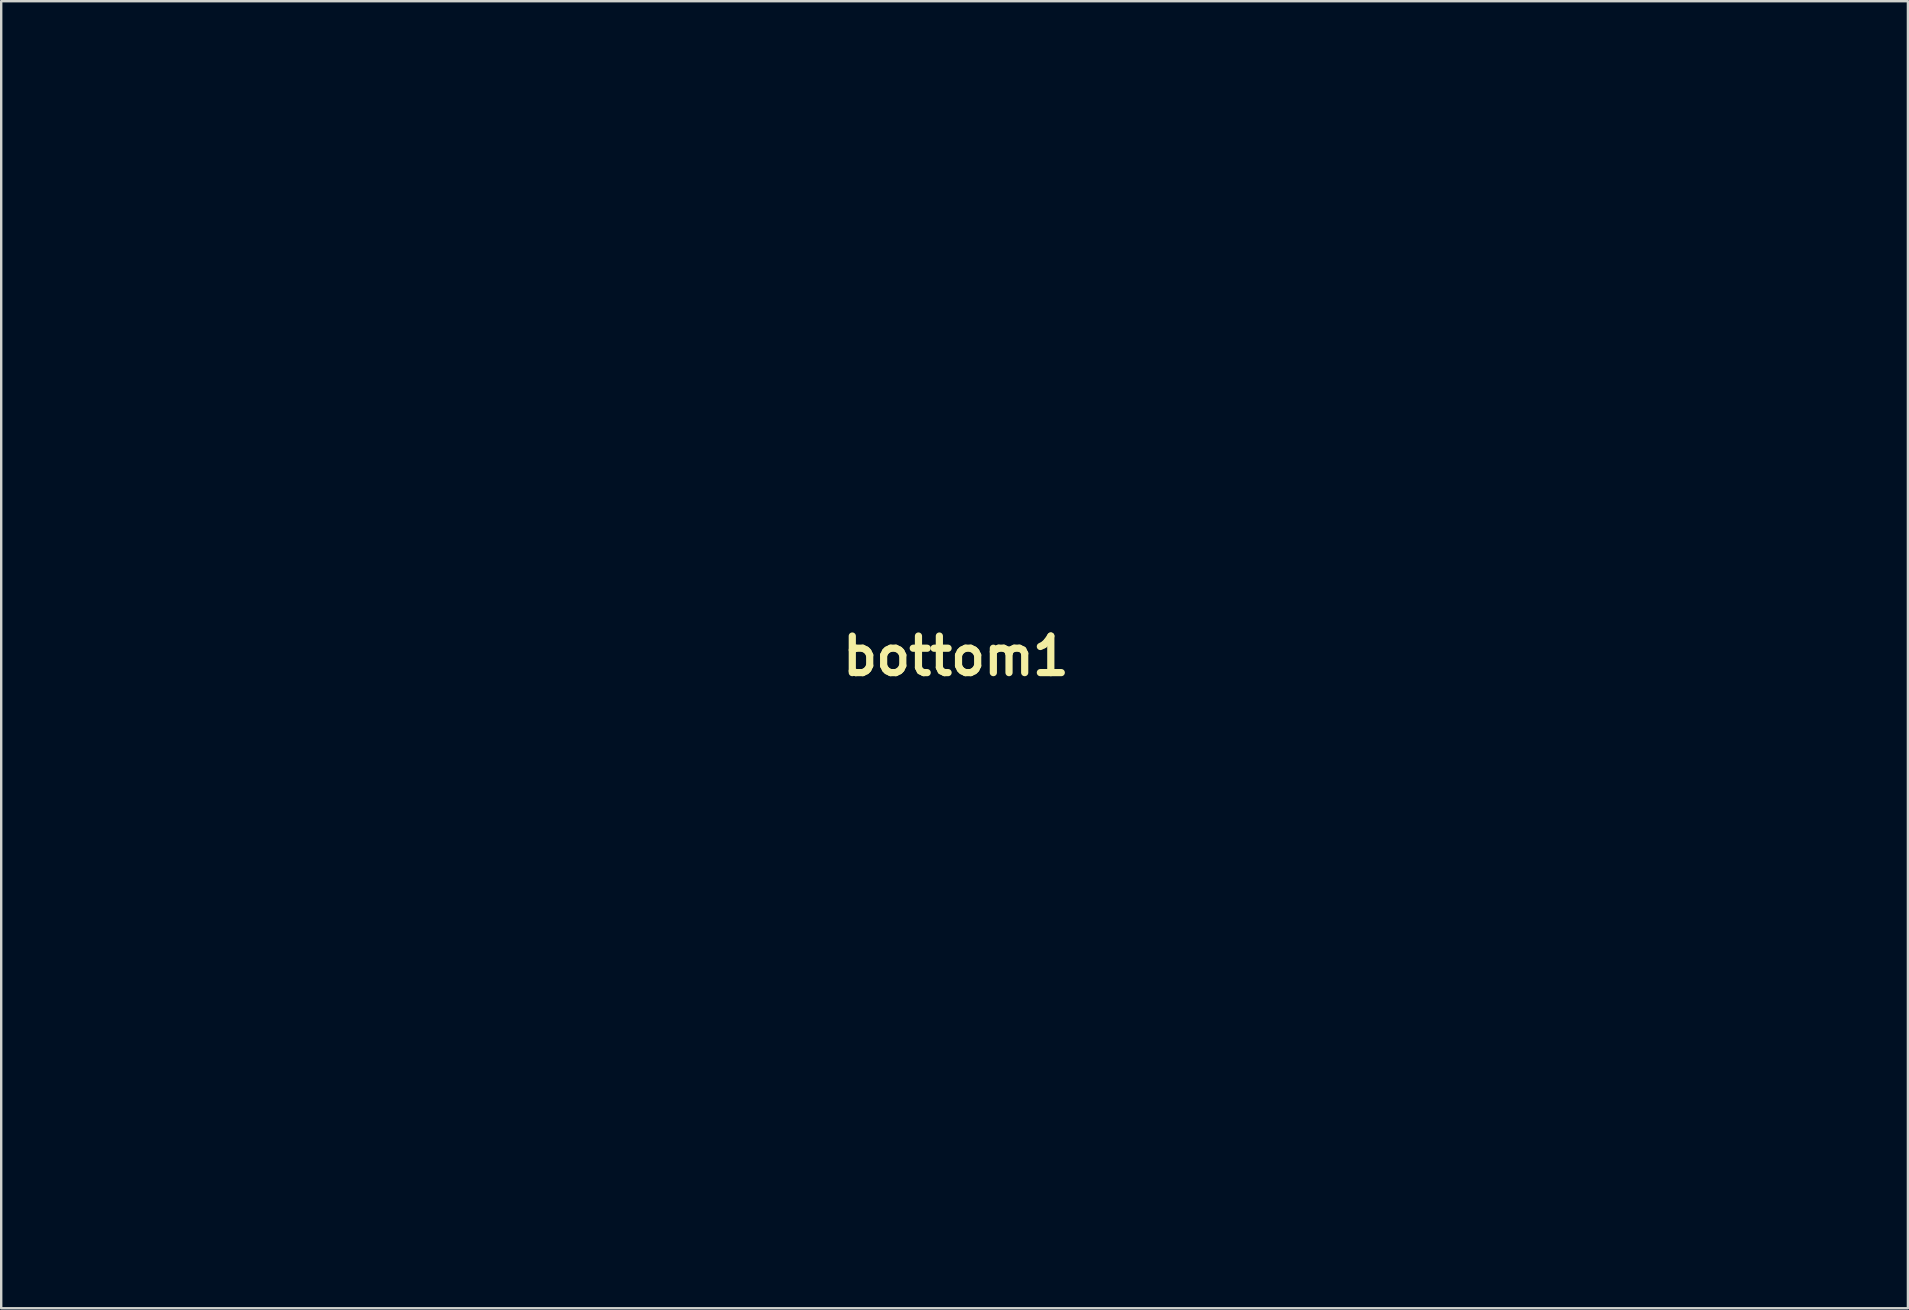
<source format=kicad_pcb>
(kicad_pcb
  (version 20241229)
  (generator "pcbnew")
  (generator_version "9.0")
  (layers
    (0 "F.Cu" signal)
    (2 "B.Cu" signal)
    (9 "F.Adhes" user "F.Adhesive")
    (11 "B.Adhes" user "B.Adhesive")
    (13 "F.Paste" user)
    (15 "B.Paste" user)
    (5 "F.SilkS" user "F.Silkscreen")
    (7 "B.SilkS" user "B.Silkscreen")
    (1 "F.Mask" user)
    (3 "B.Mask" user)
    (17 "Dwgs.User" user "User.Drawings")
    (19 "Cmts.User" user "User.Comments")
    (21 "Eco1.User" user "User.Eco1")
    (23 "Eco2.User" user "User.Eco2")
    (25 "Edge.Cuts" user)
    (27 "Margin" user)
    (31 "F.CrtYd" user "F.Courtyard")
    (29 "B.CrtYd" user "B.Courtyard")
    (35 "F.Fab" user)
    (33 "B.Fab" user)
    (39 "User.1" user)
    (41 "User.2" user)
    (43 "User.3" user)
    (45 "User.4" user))
  (footprint "bottom1"
    (layer "F.Cu")
    (at 36.785 24.29)
    (property "Reference" "bottom1" (at 0 0 0) (layer "F.SilkS") (effects (font (size 1.524 1.524) (thickness 0.3))))
    (attr through_hole)
    (fp_poly (pts (xy -22.041 22.158) (xy -21.93 22.745) (xy -21.734 23.259) (xy -21.446 23.715) (xy -21.277 23.915) (xy -21.044 24.168) (xy -24.49 24.168) (xy -23.288 22.965) (xy -22.086 21.761) (xy -22.041 22.158)) (stroke (width 0.01) (type solid)) (fill no) (layer "Eco1.User"))
    (fp_poly (pts (xy 15.846 22.1) (xy 15.876 22.211) (xy 15.917 22.394) (xy 15.948 22.555) (xy 16.073 22.988) (xy 16.277 23.424) (xy 16.537 23.813) (xy 16.605 23.895) (xy 16.846 24.168) (xy 13.64 24.168) (xy 14.724 23.082) (xy 15.064 22.745) (xy 15.33 22.485) (xy 15.531 22.296) (xy 15.675 22.171) (xy 15.771 22.102) (xy 15.826 22.083) (xy 15.846 22.1)) (stroke (width 0.01) (type solid)) (fill no) (layer "Eco1.User"))
    (fp_poly (pts (xy -35.71 -10.062) (xy -35.414 -9.772) (xy -35.145 -9.503) (xy -34.915 -9.265) (xy -34.737 -9.072) (xy -34.621 -8.938) (xy -34.583 -8.881) (xy -34.571 -8.833) (xy -34.579 -8.778) (xy -34.615 -8.706) (xy -34.689 -8.608) (xy -34.808 -8.472) (xy -34.982 -8.288) (xy -35.219 -8.046) (xy -35.527 -7.735) (xy -35.653 -7.609) (xy -36.78 -6.482) (xy -36.78 -11.098) (xy -35.71 -10.062)) (stroke (width 0.01) (type solid)) (fill no) (layer "Eco1.User"))
    (fp_poly (pts (xy -35.71 15.344) (xy -35.415 15.636) (xy -35.147 15.907) (xy -34.918 16.146) (xy -34.739 16.338) (xy -34.623 16.472) (xy -34.583 16.529) (xy -34.572 16.576) (xy -34.584 16.632) (xy -34.625 16.707) (xy -34.707 16.812) (xy -34.836 16.957) (xy -35.021 17.153) (xy -35.272 17.408) (xy -35.596 17.734) (xy -35.653 17.791) (xy -36.78 18.918) (xy -36.78 14.293) (xy -35.71 15.344)) (stroke (width 0.01) (type solid)) (fill no) (layer "Eco1.User"))
    (fp_poly (pts (xy -15.89 22.463) (xy -15.767 22.567) (xy -15.643 22.692) (xy -15.542 22.816) (xy -15.489 22.915) (xy -15.486 22.935) (xy -15.526 23.008) (xy -15.635 23.144) (xy -15.798 23.327) (xy -15.999 23.537) (xy -16.059 23.597) (xy -16.308 23.84) (xy -16.493 24.006) (xy -16.629 24.108) (xy -16.732 24.158) (xy -16.797 24.168) (xy -16.961 24.168) (xy -16.699 23.831) (xy -16.43 23.447) (xy -16.243 23.086) (xy -16.131 22.76) (xy -16.083 22.583) (xy -16.044 22.446) (xy -16.035 22.413) (xy -15.987 22.404) (xy -15.89 22.463)) (stroke (width 0.01) (type solid)) (fill no) (layer "Eco1.User"))
    (fp_poly (pts (xy 8.013 20.948) (xy 8.402 21.338) (xy 8.765 21.706) (xy 9.092 22.041) (xy 9.376 22.335) (xy 9.608 22.579) (xy 9.78 22.766) (xy 9.885 22.886) (xy 9.914 22.929) (xy 9.874 22.999) (xy 9.767 23.134) (xy 9.606 23.315) (xy 9.407 23.527) (xy 9.345 23.59) (xy 8.777 24.168) (xy 0.91 24.168) (xy 3.344 21.73) (xy 3.79 21.284) (xy 4.216 20.86) (xy 4.613 20.466) (xy 4.973 20.109) (xy 5.289 19.799) (xy 5.552 19.542) (xy 5.755 19.345) (xy 5.89 19.218) (xy 5.945 19.17) (xy 6.113 19.048) (xy 8.013 20.948)) (stroke (width 0.01) (type solid)) (fill no) (layer "Eco1.User"))
    (fp_poly (pts (xy 36.663 3.887) (xy 36.662 4.441) (xy 36.662 4.958) (xy 36.66 5.426) (xy 36.658 5.834) (xy 36.655 6.169) (xy 36.653 6.421) (xy 36.65 6.578) (xy 36.646 6.629) (xy 36.603 6.589) (xy 36.486 6.475) (xy 36.307 6.299) (xy 36.075 6.069) (xy 35.801 5.795) (xy 35.494 5.488) (xy 35.327 5.32) (xy 34.943 4.932) (xy 34.619 4.596) (xy 34.36 4.319) (xy 34.171 4.105) (xy 34.057 3.962) (xy 34.023 3.897) (xy 34.065 3.822) (xy 34.187 3.671) (xy 34.385 3.451) (xy 34.652 3.167) (xy 34.985 2.824) (xy 35.343 2.464) (xy 36.663 1.145) (xy 36.663 3.887)) (stroke (width 0.01) (type solid)) (fill no) (layer "Eco1.User"))
    (fp_poly (pts (xy 31.587 19.164) (xy 31.715 19.278) (xy 31.904 19.457) (xy 32.145 19.689) (xy 32.426 19.965) (xy 32.738 20.273) (xy 33.071 20.605) (xy 33.413 20.949) (xy 33.757 21.296) (xy 34.09 21.635) (xy 34.403 21.956) (xy 34.686 22.248) (xy 34.928 22.502) (xy 35.12 22.707) (xy 35.251 22.854) (xy 35.311 22.93) (xy 35.314 22.938) (xy 35.274 23.01) (xy 35.165 23.145) (xy 35.002 23.327) (xy 34.801 23.536) (xy 34.741 23.597) (xy 34.168 24.168) (xy 26.427 24.168) (xy 28.949 21.646) (xy 29.399 21.196) (xy 29.826 20.772) (xy 30.221 20.381) (xy 30.578 20.03) (xy 30.889 19.726) (xy 31.147 19.476) (xy 31.345 19.288) (xy 31.475 19.168) (xy 31.529 19.123) (xy 31.53 19.123) (xy 31.587 19.164)) (stroke (width 0.01) (type solid)) (fill no) (layer "Eco1.User"))
    (fp_poly (pts (xy -22.291 -20.971) (xy -22.808 -20.454) (xy -23.303 -19.962) (xy -23.767 -19.501) (xy -24.196 -19.077) (xy -24.582 -18.696) (xy -24.919 -18.366) (xy -25.201 -18.09) (xy -25.422 -17.877) (xy -25.576 -17.733) (xy -25.655 -17.663) (xy -25.664 -17.657) (xy -25.716 -17.697) (xy -25.843 -17.812) (xy -26.035 -17.994) (xy -26.284 -18.235) (xy -26.582 -18.525) (xy -26.92 -18.858) (xy -27.289 -19.224) (xy -27.615 -19.549) (xy -28.003 -19.938) (xy -28.364 -20.303) (xy -28.69 -20.635) (xy -28.972 -20.925) (xy -29.204 -21.165) (xy -29.375 -21.347) (xy -29.478 -21.462) (xy -29.506 -21.5) (xy -29.466 -21.554) (xy -29.352 -21.681) (xy -29.175 -21.869) (xy -28.943 -22.11) (xy -28.667 -22.393) (xy -28.357 -22.707) (xy -28.142 -22.922) (xy -26.778 -24.285) (xy -18.977 -24.285) (xy -22.291 -20.971)) (stroke (width 0.01) (type solid)) (fill no) (layer "Eco1.User"))
    (fp_poly (pts (xy 3.109 -20.971) (xy 2.592 -20.454) (xy 2.097 -19.962) (xy 1.633 -19.501) (xy 1.204 -19.077) (xy 0.818 -18.696) (xy 0.481 -18.366) (xy 0.199 -18.09) (xy -0.022 -17.877) (xy -0.176 -17.733) (xy -0.255 -17.663) (xy -0.264 -17.657) (xy -0.316 -17.697) (xy -0.443 -17.812) (xy -0.635 -17.994) (xy -0.884 -18.235) (xy -1.182 -18.525) (xy -1.52 -18.858) (xy -1.889 -19.224) (xy -2.215 -19.549) (xy -2.603 -19.939) (xy -2.964 -20.306) (xy -3.29 -20.64) (xy -3.573 -20.934) (xy -3.804 -21.178) (xy -3.976 -21.364) (xy -4.078 -21.484) (xy -4.106 -21.526) (xy -4.066 -21.587) (xy -3.953 -21.719) (xy -3.775 -21.914) (xy -3.544 -22.159) (xy -3.269 -22.444) (xy -2.961 -22.759) (xy -2.773 -22.948) (xy -1.441 -24.285) (xy 6.423 -24.285) (xy 3.109 -20.971)) (stroke (width 0.01) (type solid)) (fill no) (layer "Eco1.User"))
    (fp_poly (pts (xy 28.509 -20.971) (xy 27.991 -20.454) (xy 27.496 -19.962) (xy 27.03 -19.501) (xy 26.6 -19.076) (xy 26.212 -18.696) (xy 25.872 -18.365) (xy 25.587 -18.09) (xy 25.363 -17.877) (xy 25.207 -17.732) (xy 25.125 -17.663) (xy 25.114 -17.657) (xy 25.057 -17.697) (xy 24.926 -17.812) (xy 24.729 -17.993) (xy 24.477 -18.232) (xy 24.176 -18.521) (xy 23.837 -18.851) (xy 23.468 -19.214) (xy 23.194 -19.486) (xy 22.809 -19.87) (xy 22.45 -20.232) (xy 22.125 -20.562) (xy 21.843 -20.853) (xy 21.613 -21.094) (xy 21.443 -21.277) (xy 21.342 -21.393) (xy 21.317 -21.429) (xy 21.322 -21.477) (xy 21.364 -21.553) (xy 21.45 -21.665) (xy 21.586 -21.822) (xy 21.782 -22.031) (xy 22.042 -22.301) (xy 22.375 -22.638) (xy 22.651 -22.915) (xy 24.021 -24.285) (xy 31.823 -24.285) (xy 28.509 -20.971)) (stroke (width 0.01) (type solid)) (fill no) (layer "Eco1.User"))
    (fp_poly (pts (xy -0.198 12.828) (xy -0.062 12.943) (xy 0.135 13.121) (xy 0.383 13.353) (xy 0.671 13.628) (xy 0.99 13.936) (xy 1.328 14.267) (xy 1.677 14.611) (xy 2.024 14.958) (xy 2.361 15.296) (xy 2.677 15.617) (xy 2.961 15.91) (xy 3.203 16.164) (xy 3.393 16.37) (xy 3.521 16.518) (xy 3.577 16.596) (xy 3.578 16.602) (xy 3.538 16.655) (xy 3.42 16.785) (xy 3.231 16.985) (xy 2.976 17.251) (xy 2.661 17.575) (xy 2.293 17.952) (xy 1.877 18.375) (xy 1.418 18.84) (xy 0.924 19.339) (xy 0.399 19.866) (xy -0.15 20.417) (xy -0.161 20.427) (xy -3.9 24.168) (xy -11.761 24.168) (xy -6.071 18.478) (xy -5.137 17.544) (xy -4.284 16.694) (xy -3.514 15.928) (xy -2.825 15.245) (xy -2.218 14.646) (xy -1.693 14.131) (xy -1.25 13.699) (xy -0.889 13.351) (xy -0.609 13.086) (xy -0.411 12.905) (xy -0.295 12.807) (xy -0.263 12.788) (xy -0.198 12.828)) (stroke (width 0.01) (type solid)) (fill no) (layer "Eco1.User"))
    (fp_poly (pts (xy -36.362 -19.624) (xy -36.125 -19.461) (xy -35.875 -19.31) (xy -35.658 -19.201) (xy -35.62 -19.186) (xy -35.073 -19.034) (xy -34.508 -18.982) (xy -33.948 -19.028) (xy -33.413 -19.17) (xy -32.926 -19.406) (xy -32.824 -19.473) (xy -32.577 -19.643) (xy -21.734 -8.799) (xy -28.084 -2.449) (xy -34.434 3.901) (xy -31.325 7.01) (xy -30.667 7.668) (xy -30.092 8.247) (xy -29.598 8.749) (xy -29.182 9.174) (xy -28.843 9.526) (xy -28.579 9.806) (xy -28.388 10.016) (xy -28.268 10.158) (xy -28.218 10.234) (xy -28.216 10.243) (xy -28.252 10.313) (xy -28.362 10.451) (xy -28.548 10.658) (xy -28.811 10.938) (xy -29.154 11.291) (xy -29.579 11.721) (xy -30.087 12.229) (xy -30.096 12.238) (xy -30.484 12.623) (xy -30.846 12.982) (xy -31.176 13.307) (xy -31.462 13.589) (xy -31.698 13.82) (xy -31.875 13.991) (xy -31.984 14.094) (xy -32.017 14.123) (xy -32.065 14.085) (xy -32.188 13.972) (xy -32.379 13.79) (xy -32.63 13.546) (xy -32.934 13.249) (xy -33.283 12.906) (xy -33.67 12.523) (xy -34.086 12.108) (xy -34.419 11.776) (xy -36.78 9.414) (xy -36.78 -1.509) (xy -33.121 -5.147) (xy -29.462 -8.784) (xy -33.121 -12.443) (xy -36.78 -16.102) (xy -36.78 -19.939) (xy -36.362 -19.624)) (stroke (width 0.01) (type solid)) (fill no) (layer "Eco1.User"))
    (fp_poly (pts (xy -25.601 12.828) (xy -25.467 12.942) (xy -25.272 13.119) (xy -25.025 13.35) (xy -24.737 13.623) (xy -24.419 13.93) (xy -24.081 14.26) (xy -23.733 14.602) (xy -23.385 14.946) (xy -23.047 15.283) (xy -22.731 15.602) (xy -22.446 15.893) (xy -22.202 16.146) (xy -22.01 16.35) (xy -21.881 16.496) (xy -21.824 16.573) (xy -21.822 16.579) (xy -21.862 16.63) (xy -21.98 16.757) (xy -22.168 16.956) (xy -22.422 17.22) (xy -22.735 17.543) (xy -23.102 17.919) (xy -23.517 18.342) (xy -23.974 18.807) (xy -24.467 19.306) (xy -24.99 19.835) (xy -25.537 20.388) (xy -25.556 20.407) (xy -29.29 24.168) (xy -36.78 24.168) (xy -36.78 23.977) (xy -36.775 23.945) (xy -36.758 23.903) (xy -36.724 23.847) (xy -36.669 23.773) (xy -36.59 23.676) (xy -36.482 23.553) (xy -36.34 23.398) (xy -36.162 23.208) (xy -35.942 22.979) (xy -35.677 22.706) (xy -35.362 22.385) (xy -34.994 22.012) (xy -34.568 21.582) (xy -34.08 21.091) (xy -33.527 20.536) (xy -32.903 19.911) (xy -32.205 19.212) (xy -31.429 18.436) (xy -31.281 18.287) (xy -30.376 17.384) (xy -29.55 16.56) (xy -28.802 15.816) (xy -28.132 15.153) (xy -27.542 14.571) (xy -27.032 14.071) (xy -26.602 13.652) (xy -26.252 13.315) (xy -25.982 13.061) (xy -25.794 12.889) (xy -25.687 12.801) (xy -25.664 12.788) (xy -25.601 12.828)) (stroke (width 0.01) (type solid)) (fill no) (layer "Eco1.User"))
    (fp_poly (pts (xy 25.189 12.77) (xy 25.315 12.885) (xy 25.507 13.067) (xy 25.756 13.307) (xy 26.053 13.597) (xy 26.39 13.928) (xy 26.758 14.293) (xy 27.058 14.592) (xy 27.554 15.091) (xy 27.969 15.513) (xy 28.305 15.86) (xy 28.564 16.136) (xy 28.751 16.345) (xy 28.868 16.488) (xy 28.917 16.571) (xy 28.92 16.583) (xy 28.891 16.636) (xy 28.803 16.745) (xy 28.654 16.912) (xy 28.44 17.142) (xy 28.159 17.435) (xy 27.809 17.795) (xy 27.387 18.224) (xy 26.89 18.725) (xy 26.316 19.301) (xy 25.662 19.955) (xy 25.19 20.425) (xy 21.461 24.139) (xy 21.198 24.157) (xy 20.935 24.175) (xy 21.202 23.847) (xy 21.503 23.425) (xy 21.709 23.006) (xy 21.83 22.557) (xy 21.878 22.046) (xy 21.88 21.905) (xy 21.828 21.297) (xy 21.672 20.741) (xy 21.41 20.238) (xy 21.043 19.785) (xy 20.89 19.639) (xy 20.537 19.373) (xy 20.133 19.152) (xy 19.712 18.99) (xy 19.307 18.901) (xy 19.124 18.889) (xy 19.087 18.887) (xy 19.065 18.876) (xy 19.062 18.85) (xy 19.082 18.806) (xy 19.132 18.736) (xy 19.216 18.635) (xy 19.34 18.498) (xy 19.508 18.319) (xy 19.727 18.093) (xy 20 17.814) (xy 20.334 17.477) (xy 20.733 17.076) (xy 21.202 16.605) (xy 21.748 16.059) (xy 21.998 15.809) (xy 22.496 15.311) (xy 22.971 14.838) (xy 23.416 14.397) (xy 23.825 13.993) (xy 24.19 13.634) (xy 24.505 13.326) (xy 24.764 13.074) (xy 24.96 12.887) (xy 25.086 12.77) (xy 25.136 12.729) (xy 25.136 12.729) (xy 25.189 12.77)) (stroke (width 0.01) (type solid)) (fill no) (layer "Eco1.User"))
    (fp_poly (pts (xy 34.058 -16.497) (xy 36.646 -13.932) (xy 36.654 -8.898) (xy 36.663 -3.865) (xy 32.821 -0.016) (xy 32.264 0.543) (xy 31.731 1.078) (xy 31.228 1.584) (xy 30.761 2.055) (xy 30.336 2.486) (xy 29.958 2.869) (xy 29.633 3.201) (xy 29.367 3.473) (xy 29.165 3.682) (xy 29.034 3.82) (xy 28.98 3.883) (xy 28.978 3.885) (xy 29.019 3.933) (xy 29.137 4.058) (xy 29.327 4.254) (xy 29.583 4.515) (xy 29.899 4.834) (xy 30.269 5.208) (xy 30.688 5.628) (xy 31.149 6.091) (xy 31.647 6.589) (xy 32.176 7.117) (xy 32.731 7.669) (xy 32.823 7.761) (xy 36.668 11.585) (xy 36.651 15.442) (xy 36.633 19.299) (xy 28.92 11.582) (xy 21.206 3.864) (xy 27.526 -2.433) (xy 28.245 -3.149) (xy 28.94 -3.843) (xy 29.608 -4.511) (xy 30.244 -5.147) (xy 30.843 -5.748) (xy 31.401 -6.309) (xy 31.913 -6.825) (xy 32.375 -7.292) (xy 32.783 -7.705) (xy 33.131 -8.059) (xy 33.416 -8.351) (xy 33.633 -8.575) (xy 33.776 -8.726) (xy 33.843 -8.802) (xy 33.847 -8.809) (xy 33.807 -8.862) (xy 33.689 -8.991) (xy 33.502 -9.19) (xy 33.25 -9.452) (xy 32.942 -9.769) (xy 32.582 -10.136) (xy 32.178 -10.546) (xy 31.736 -10.993) (xy 31.263 -11.469) (xy 30.766 -11.967) (xy 30.166 -12.567) (xy 29.645 -13.089) (xy 29.199 -13.54) (xy 28.821 -13.924) (xy 28.507 -14.245) (xy 28.253 -14.51) (xy 28.054 -14.723) (xy 27.904 -14.889) (xy 27.799 -15.014) (xy 27.734 -15.102) (xy 27.704 -15.159) (xy 27.701 -15.181) (xy 27.747 -15.258) (xy 27.877 -15.414) (xy 28.087 -15.645) (xy 28.374 -15.95) (xy 28.737 -16.324) (xy 29.172 -16.766) (xy 29.593 -17.189) (xy 31.47 -19.062) (xy 34.058 -16.497)) (stroke (width 0.01) (type solid)) (fill no) (layer "Eco1.User"))
    (fp_poly (pts (xy -4.121 -16.586) (xy -3.328 -15.793) (xy -2.557 -15.021) (xy -1.813 -14.274) (xy -1.1 -13.558) (xy -0.422 -12.876) (xy 0.218 -12.232) (xy 0.815 -11.63) (xy 1.364 -11.075) (xy 1.863 -10.57) (xy 2.306 -10.12) (xy 2.69 -9.728) (xy 3.01 -9.4) (xy 3.263 -9.139) (xy 3.445 -8.949) (xy 3.551 -8.834) (xy 3.578 -8.799) (xy 3.537 -8.748) (xy 3.418 -8.619) (xy 3.225 -8.416) (xy 2.962 -8.145) (xy 2.634 -7.808) (xy 2.245 -7.412) (xy 1.801 -6.96) (xy 1.305 -6.458) (xy 0.762 -5.909) (xy 0.176 -5.319) (xy -0.447 -4.692) (xy -1.104 -4.032) (xy -1.79 -3.344) (xy -2.5 -2.633) (xy -2.727 -2.405) (xy -9.033 3.9) (xy -5.895 7.04) (xy -5.393 7.544) (xy -4.915 8.024) (xy -4.469 8.474) (xy -4.06 8.887) (xy -3.695 9.257) (xy -3.381 9.578) (xy -3.124 9.842) (xy -2.93 10.044) (xy -2.806 10.177) (xy -2.757 10.234) (xy -2.757 10.235) (xy -2.797 10.285) (xy -2.91 10.408) (xy -3.087 10.593) (xy -3.317 10.831) (xy -3.59 11.111) (xy -3.897 11.423) (xy -4.227 11.758) (xy -4.57 12.105) (xy -4.917 12.455) (xy -5.258 12.797) (xy -5.582 13.121) (xy -5.88 13.417) (xy -6.142 13.676) (xy -6.357 13.886) (xy -6.516 14.039) (xy -6.608 14.123) (xy -6.628 14.137) (xy -6.672 14.097) (xy -6.795 13.978) (xy -6.99 13.786) (xy -7.253 13.527) (xy -7.578 13.204) (xy -7.962 12.824) (xy -8.397 12.391) (xy -8.88 11.91) (xy -9.406 11.386) (xy -9.968 10.825) (xy -10.563 10.231) (xy -11.186 9.609) (xy -11.718 9.077) (xy -12.576 8.217) (xy -13.357 7.434) (xy -14.059 6.727) (xy -14.682 6.097) (xy -15.225 5.545) (xy -15.687 5.072) (xy -16.069 4.678) (xy -16.37 4.363) (xy -16.588 4.129) (xy -16.724 3.975) (xy -16.776 3.903) (xy -16.777 3.899) (xy -16.735 3.84) (xy -16.61 3.698) (xy -16.402 3.476) (xy -16.111 3.172) (xy -15.738 2.787) (xy -15.282 2.323) (xy -14.746 1.778) (xy -14.128 1.155) (xy -13.43 0.452) (xy -12.651 -0.33) (xy -11.792 -1.19) (xy -10.854 -2.127) (xy -10.456 -2.524) (xy -4.136 -8.83) (xy -10.456 -15.134) (xy -11.182 -15.858) (xy -11.883 -16.559) (xy -12.555 -17.233) (xy -13.194 -17.874) (xy -13.795 -18.479) (xy -14.354 -19.042) (xy -14.866 -19.56) (xy -15.327 -20.028) (xy -15.733 -20.442) (xy -16.079 -20.796) (xy -16.36 -21.086) (xy -16.573 -21.309) (xy -16.712 -21.459) (xy -16.774 -21.532) (xy -16.777 -21.538) (xy -16.737 -21.603) (xy -16.622 -21.739) (xy -16.444 -21.935) (xy -16.211 -22.181) (xy -15.934 -22.467) (xy -15.623 -22.781) (xy -15.442 -22.961) (xy -14.108 -24.282) (xy -12.964 -24.284) (xy -11.82 -24.285) (xy -4.121 -16.586)) (stroke (width 0.01) (type solid)) (fill no) (layer "Eco1.User"))
    (fp_poly (pts (xy 21.279 -16.586) (xy 22.072 -15.793) (xy 22.843 -15.021) (xy 23.587 -14.274) (xy 24.3 -13.558) (xy 24.978 -12.876) (xy 25.618 -12.232) (xy 26.215 -11.63) (xy 26.764 -11.075) (xy 27.263 -10.57) (xy 27.706 -10.12) (xy 28.09 -9.728) (xy 28.41 -9.4) (xy 28.663 -9.139) (xy 28.845 -8.949) (xy 28.951 -8.834) (xy 28.978 -8.799) (xy 28.938 -8.748) (xy 28.818 -8.619) (xy 28.625 -8.417) (xy 28.362 -8.145) (xy 28.034 -7.808) (xy 27.645 -7.412) (xy 27.201 -6.961) (xy 26.705 -6.458) (xy 26.162 -5.909) (xy 25.576 -5.319) (xy 24.953 -4.692) (xy 24.296 -4.032) (xy 23.611 -3.344) (xy 22.9 -2.633) (xy 22.672 -2.405) (xy 16.366 3.901) (xy 19.475 7.01) (xy 20.083 7.619) (xy 20.613 8.15) (xy 21.067 8.609) (xy 21.452 9.001) (xy 21.772 9.329) (xy 22.032 9.6) (xy 22.235 9.818) (xy 22.387 9.987) (xy 22.493 10.113) (xy 22.557 10.201) (xy 22.583 10.255) (xy 22.585 10.265) (xy 22.568 10.319) (xy 22.512 10.405) (xy 22.412 10.53) (xy 22.262 10.699) (xy 22.054 10.92) (xy 21.784 11.2) (xy 21.446 11.543) (xy 21.032 11.958) (xy 20.744 12.245) (xy 20.304 12.681) (xy 19.908 13.068) (xy 19.562 13.401) (xy 19.272 13.674) (xy 19.045 13.882) (xy 18.886 14.018) (xy 18.801 14.076) (xy 18.793 14.079) (xy 18.735 14.037) (xy 18.597 13.915) (xy 18.383 13.715) (xy 18.095 13.44) (xy 17.735 13.092) (xy 17.308 12.675) (xy 16.815 12.191) (xy 16.26 11.643) (xy 15.644 11.033) (xy 14.972 10.365) (xy 14.246 9.641) (xy 13.653 9.048) (xy 12.804 8.198) (xy 12.032 7.422) (xy 11.336 6.721) (xy 10.717 6.096) (xy 10.177 5.547) (xy 9.716 5.076) (xy 9.335 4.682) (xy 9.034 4.367) (xy 8.815 4.132) (xy 8.678 3.978) (xy 8.624 3.904) (xy 8.623 3.9) (xy 8.665 3.841) (xy 8.79 3.699) (xy 8.997 3.477) (xy 9.286 3.175) (xy 9.656 2.792) (xy 10.107 2.331) (xy 10.639 1.791) (xy 11.249 1.173) (xy 11.939 0.477) (xy 12.706 -0.295) (xy 13.552 -1.143) (xy 14.474 -2.067) (xy 14.9 -2.493) (xy 15.615 -3.208) (xy 16.307 -3.901) (xy 16.971 -4.567) (xy 17.604 -5.201) (xy 18.199 -5.799) (xy 18.754 -6.357) (xy 19.264 -6.869) (xy 19.723 -7.332) (xy 20.127 -7.74) (xy 20.473 -8.09) (xy 20.755 -8.376) (xy 20.968 -8.594) (xy 21.109 -8.74) (xy 21.173 -8.809) (xy 21.176 -8.814) (xy 21.136 -8.86) (xy 21.017 -8.984) (xy 20.824 -9.182) (xy 20.561 -9.449) (xy 20.234 -9.782) (xy 19.846 -10.174) (xy 19.403 -10.622) (xy 18.908 -11.121) (xy 18.367 -11.667) (xy 17.783 -12.255) (xy 17.162 -12.88) (xy 16.507 -13.537) (xy 15.823 -14.224) (xy 15.116 -14.933) (xy 14.914 -15.135) (xy 14.2 -15.852) (xy 13.509 -16.546) (xy 12.845 -17.215) (xy 12.212 -17.852) (xy 11.616 -18.453) (xy 11.061 -19.014) (xy 10.551 -19.531) (xy 10.091 -19.998) (xy 9.686 -20.411) (xy 9.34 -20.765) (xy 9.057 -21.056) (xy 8.842 -21.278) (xy 8.7 -21.429) (xy 8.636 -21.502) (xy 8.632 -21.508) (xy 8.667 -21.579) (xy 8.786 -21.726) (xy 8.983 -21.947) (xy 9.256 -22.237) (xy 9.603 -22.593) (xy 9.951 -22.945) (xy 11.291 -24.285) (xy 13.58 -24.285) (xy 21.279 -16.586)) (stroke (width 0.01) (type solid)) (fill no) (layer "Eco1.User"))
    (fp_poly (pts (xy 6.137 -18.965) (xy 6.266 -18.847) (xy 6.464 -18.658) (xy 6.726 -18.403) (xy 7.046 -18.09) (xy 7.417 -17.724) (xy 7.834 -17.311) (xy 8.291 -16.859) (xy 8.78 -16.372) (xy 9.296 -15.856) (xy 9.834 -15.32) (xy 10.386 -14.767) (xy 10.946 -14.205) (xy 11.509 -13.64) (xy 12.068 -13.077) (xy 12.618 -12.524) (xy 13.151 -11.986) (xy 13.662 -11.469) (xy 14.145 -10.98) (xy 14.593 -10.524) (xy 15.001 -10.109) (xy 15.361 -9.739) (xy 15.669 -9.422) (xy 15.918 -9.163) (xy 16.102 -8.969) (xy 16.214 -8.845) (xy 16.249 -8.8) (xy 16.208 -8.749) (xy 16.089 -8.62) (xy 15.895 -8.417) (xy 15.632 -8.145) (xy 15.304 -7.809) (xy 14.916 -7.412) (xy 14.471 -6.961) (xy 13.975 -6.458) (xy 13.432 -5.91) (xy 12.847 -5.319) (xy 12.224 -4.692) (xy 11.567 -4.032) (xy 10.881 -3.344) (xy 10.171 -2.633) (xy 9.943 -2.405) (xy 3.637 3.901) (xy 9.943 10.207) (xy 10.66 10.924) (xy 11.354 11.62) (xy 12.02 12.29) (xy 12.655 12.928) (xy 13.253 13.531) (xy 13.809 14.094) (xy 14.321 14.612) (xy 14.782 15.081) (xy 15.189 15.496) (xy 15.536 15.852) (xy 15.82 16.146) (xy 16.036 16.372) (xy 16.179 16.525) (xy 16.245 16.602) (xy 16.249 16.61) (xy 16.208 16.673) (xy 16.094 16.808) (xy 15.915 17.004) (xy 15.683 17.25) (xy 15.408 17.537) (xy 15.1 17.854) (xy 14.769 18.19) (xy 14.425 18.537) (xy 14.079 18.882) (xy 13.741 19.216) (xy 13.421 19.529) (xy 13.13 19.81) (xy 12.878 20.049) (xy 12.675 20.237) (xy 12.531 20.361) (xy 12.457 20.413) (xy 12.452 20.414) (xy 12.4 20.373) (xy 12.268 20.252) (xy 12.06 20.054) (xy 11.78 19.784) (xy 11.43 19.443) (xy 11.014 19.035) (xy 10.535 18.564) (xy 9.996 18.033) (xy 9.402 17.445) (xy 8.754 16.804) (xy 8.058 16.112) (xy 7.315 15.373) (xy 6.529 14.591) (xy 5.704 13.768) (xy 4.843 12.908) (xy 4.121 12.187) (xy 3.301 11.366) (xy 2.503 10.567) (xy 1.731 9.793) (xy 0.99 9.05) (xy 0.284 8.339) (xy -0.385 7.666) (xy -1.012 7.035) (xy -1.592 6.449) (xy -2.122 5.913) (xy -2.599 5.43) (xy -3.017 5.005) (xy -3.373 4.641) (xy -3.664 4.343) (xy -3.885 4.114) (xy -4.032 3.958) (xy -4.101 3.88) (xy -4.106 3.872) (xy -4.065 3.821) (xy -3.946 3.692) (xy -3.753 3.49) (xy -3.49 3.218) (xy -3.162 2.882) (xy -2.773 2.486) (xy -2.329 2.034) (xy -1.833 1.531) (xy -1.29 0.983) (xy -0.705 0.393) (xy -0.081 -0.235) (xy 0.576 -0.895) (xy 1.261 -1.582) (xy 1.971 -2.294) (xy 2.2 -2.522) (xy 8.506 -8.829) (xy 5.422 -11.908) (xy 4.922 -12.408) (xy 4.446 -12.886) (xy 4 -13.335) (xy 3.59 -13.748) (xy 3.224 -14.118) (xy 2.908 -14.439) (xy 2.649 -14.705) (xy 2.453 -14.907) (xy 2.327 -15.041) (xy 2.278 -15.097) (xy 2.273 -15.132) (xy 2.291 -15.184) (xy 2.34 -15.26) (xy 2.426 -15.369) (xy 2.556 -15.516) (xy 2.737 -15.709) (xy 2.974 -15.955) (xy 3.275 -16.262) (xy 3.646 -16.637) (xy 4.094 -17.087) (xy 4.114 -17.106) (xy 4.504 -17.495) (xy 4.87 -17.858) (xy 5.204 -18.185) (xy 5.497 -18.469) (xy 5.74 -18.701) (xy 5.925 -18.873) (xy 6.044 -18.977) (xy 6.085 -19.006) (xy 6.137 -18.965)) (stroke (width 0.01) (type solid)) (fill no) (layer "Eco1.User"))
    (fp_poly (pts (xy -19.261 -18.965) (xy -19.129 -18.847) (xy -18.928 -18.658) (xy -18.662 -18.404) (xy -18.339 -18.091) (xy -17.964 -17.726) (xy -17.544 -17.314) (xy -17.085 -16.862) (xy -16.593 -16.376) (xy -16.075 -15.862) (xy -15.536 -15.326) (xy -14.982 -14.775) (xy -14.421 -14.215) (xy -13.857 -13.652) (xy -13.298 -13.092) (xy -12.749 -12.541) (xy -12.217 -12.005) (xy -11.708 -11.492) (xy -11.227 -11.006) (xy -10.782 -10.554) (xy -10.378 -10.142) (xy -10.022 -9.777) (xy -9.72 -9.464) (xy -9.478 -9.21) (xy -9.301 -9.021) (xy -9.197 -8.904) (xy -9.171 -8.866) (xy -9.173 -8.84) (xy -9.193 -8.799) (xy -9.233 -8.739) (xy -9.299 -8.656) (xy -9.393 -8.547) (xy -9.519 -8.407) (xy -9.681 -8.232) (xy -9.883 -8.02) (xy -10.129 -7.765) (xy -10.422 -7.465) (xy -10.766 -7.115) (xy -11.164 -6.711) (xy -11.621 -6.25) (xy -12.14 -5.727) (xy -12.726 -5.14) (xy -13.381 -4.483) (xy -14.109 -3.753) (xy -14.915 -2.947) (xy -15.42 -2.442) (xy -16.135 -1.727) (xy -16.828 -1.033) (xy -17.493 -0.366) (xy -18.126 0.269) (xy -18.722 0.869) (xy -19.277 1.428) (xy -19.787 1.942) (xy -20.247 2.406) (xy -20.652 2.817) (xy -20.998 3.168) (xy -21.281 3.456) (xy -21.495 3.677) (xy -21.636 3.825) (xy -21.701 3.896) (xy -21.704 3.901) (xy -21.664 3.949) (xy -21.544 4.074) (xy -21.351 4.274) (xy -21.088 4.543) (xy -20.761 4.876) (xy -20.372 5.269) (xy -19.928 5.718) (xy -19.433 6.218) (xy -18.89 6.764) (xy -18.306 7.352) (xy -17.683 7.977) (xy -17.027 8.635) (xy -16.343 9.321) (xy -15.634 10.03) (xy -15.428 10.236) (xy -14.713 10.952) (xy -14.02 11.646) (xy -13.356 12.313) (xy -12.723 12.95) (xy -12.127 13.55) (xy -11.572 14.111) (xy -11.063 14.626) (xy -10.603 15.092) (xy -10.199 15.505) (xy -9.853 15.858) (xy -9.572 16.149) (xy -9.358 16.371) (xy -9.218 16.522) (xy -9.154 16.595) (xy -9.151 16.601) (xy -9.192 16.665) (xy -9.307 16.8) (xy -9.487 16.996) (xy -9.72 17.242) (xy -9.997 17.529) (xy -10.308 17.845) (xy -10.641 18.181) (xy -10.988 18.527) (xy -11.337 18.872) (xy -11.678 19.206) (xy -12.002 19.519) (xy -12.296 19.801) (xy -12.553 20.042) (xy -12.76 20.231) (xy -12.908 20.358) (xy -12.987 20.412) (xy -12.993 20.414) (xy -13.051 20.372) (xy -13.19 20.247) (xy -13.411 20.04) (xy -13.713 19.75) (xy -14.096 19.379) (xy -14.559 18.926) (xy -15.102 18.392) (xy -15.724 17.777) (xy -16.426 17.082) (xy -17.206 16.308) (xy -18.064 15.454) (xy -19 14.521) (xy -20.013 13.51) (xy -21.104 12.42) (xy -21.308 12.216) (xy -22.406 11.117) (xy -23.427 10.094) (xy -24.371 9.147) (xy -25.237 8.277) (xy -26.025 7.484) (xy -26.734 6.769) (xy -27.363 6.132) (xy -27.913 5.574) (xy -28.382 5.095) (xy -28.77 4.696) (xy -29.077 4.377) (xy -29.302 4.139) (xy -29.445 3.982) (xy -29.504 3.907) (xy -29.506 3.901) (xy -29.465 3.842) (xy -29.34 3.701) (xy -29.133 3.479) (xy -28.844 3.177) (xy -28.474 2.795) (xy -28.024 2.335) (xy -27.495 1.796) (xy -26.886 1.179) (xy -26.199 0.486) (xy -25.434 -0.283) (xy -24.592 -1.128) (xy -23.674 -2.048) (xy -23.23 -2.493) (xy -22.515 -3.208) (xy -21.823 -3.901) (xy -21.158 -4.568) (xy -20.526 -5.203) (xy -19.93 -5.802) (xy -19.375 -6.361) (xy -18.865 -6.874) (xy -18.406 -7.338) (xy -18.002 -7.748) (xy -17.656 -8.099) (xy -17.374 -8.386) (xy -17.161 -8.606) (xy -17.02 -8.753) (xy -16.956 -8.824) (xy -16.953 -8.829) (xy -16.993 -8.879) (xy -17.111 -9.005) (xy -17.298 -9.201) (xy -17.549 -9.46) (xy -17.858 -9.775) (xy -18.218 -10.14) (xy -18.622 -10.549) (xy -19.064 -10.995) (xy -19.539 -11.471) (xy -20.038 -11.971) (xy -20.063 -11.996) (xy -20.563 -12.497) (xy -21.038 -12.975) (xy -21.481 -13.423) (xy -21.886 -13.835) (xy -22.246 -14.203) (xy -22.556 -14.523) (xy -22.808 -14.786) (xy -22.997 -14.986) (xy -23.115 -15.118) (xy -23.157 -15.173) (xy -23.157 -15.174) (xy -23.112 -15.237) (xy -22.993 -15.372) (xy -22.81 -15.566) (xy -22.575 -15.812) (xy -22.297 -16.098) (xy -21.987 -16.414) (xy -21.653 -16.75) (xy -21.308 -17.096) (xy -20.961 -17.442) (xy -20.621 -17.777) (xy -20.3 -18.092) (xy -20.007 -18.377) (xy -19.753 -18.62) (xy -19.548 -18.812) (xy -19.401 -18.943) (xy -19.324 -19.003) (xy -19.317 -19.006) (xy -19.261 -18.965)) (stroke (width 0.01) (type solid)) (fill no) (layer "Eco1.User")))
  (gr_rect
    (start -3 -3)
    (end 76.458 51.47)
    (stroke (width 0.1) (type default))
    (fill no)
    (layer "Edge.Cuts")))
</source>
